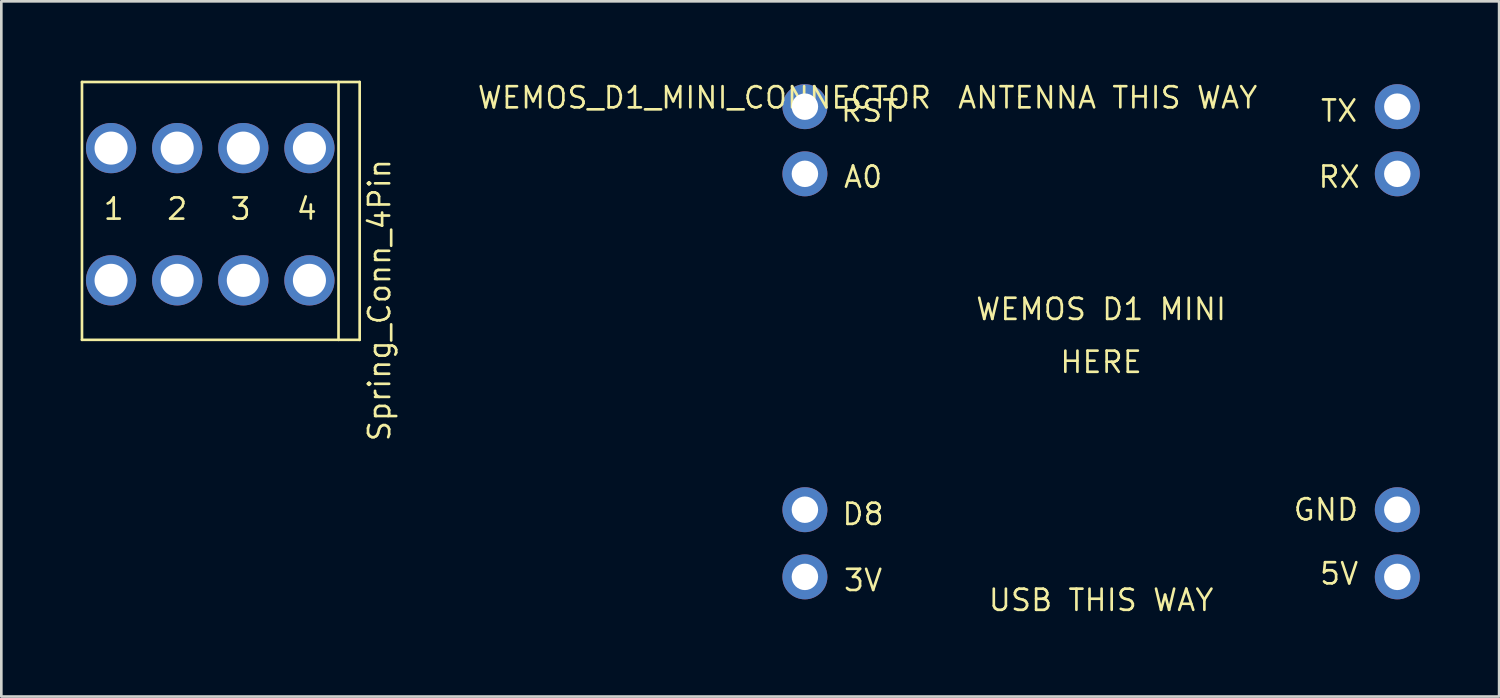
<source format=kicad_pcb>
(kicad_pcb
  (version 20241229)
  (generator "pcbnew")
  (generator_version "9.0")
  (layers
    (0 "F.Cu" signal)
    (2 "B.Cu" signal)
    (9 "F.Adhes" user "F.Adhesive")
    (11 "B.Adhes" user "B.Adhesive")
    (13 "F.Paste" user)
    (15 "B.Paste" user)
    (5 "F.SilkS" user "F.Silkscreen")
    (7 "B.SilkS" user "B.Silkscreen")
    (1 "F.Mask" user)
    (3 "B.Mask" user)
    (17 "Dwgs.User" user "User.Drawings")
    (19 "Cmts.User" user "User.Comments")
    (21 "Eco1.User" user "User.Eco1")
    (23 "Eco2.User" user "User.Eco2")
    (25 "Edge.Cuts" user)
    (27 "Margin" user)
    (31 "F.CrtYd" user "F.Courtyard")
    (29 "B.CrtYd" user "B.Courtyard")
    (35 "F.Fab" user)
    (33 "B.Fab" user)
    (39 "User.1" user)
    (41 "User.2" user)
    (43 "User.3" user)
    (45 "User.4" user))
  (footprint "Spring_Conn_4Pin"
    (layer "F.Cu")
    (at 3.55 5.05)
    (property "Reference" "Spring_Conn_4Pin" (at 7.75 3.25 90) (layer "F.SilkS") (effects (font (size 0.8 0.8) (thickness 0.1))))
    (attr through_hole)
    (fp_line (start -3.5 -5) (end 7 -5) (stroke (width 0.1) (type solid)) (layer "F.SilkS"))
    (fp_line (start -3.5 4.75) (end -3.5 -5) (stroke (width 0.1) (type solid)) (layer "F.SilkS"))
    (fp_line (start -3.5 4.75) (end 7 4.75) (stroke (width 0.1) (type solid)) (layer "F.SilkS"))
    (fp_line (start 6.2 4.75) (end 6.2 -5) (stroke (width 0.1) (type solid)) (layer "F.SilkS"))
    (fp_line (start 7 4.75) (end 7 -5) (stroke (width 0.1) (type solid)) (layer "F.SilkS"))
    (fp_text user "3" (at 2.5 -0.2 0) (layer "F.SilkS") (effects (font (size 0.8 0.8) (thickness 0.1))))
    (fp_text user "1" (at -2.3 -0.2 0) (layer "F.SilkS") (effects (font (size 0.8 0.8) (thickness 0.1))))
    (fp_text user "4" (at 5 -0.2 0) (layer "F.SilkS") (effects (font (size 0.8 0.8) (thickness 0.1))))
    (fp_text user "2" (at 0.1 -0.2 0) (layer "F.SilkS") (effects (font (size 0.8 0.8) (thickness 0.1))))
    (pad "1" thru_hole circle (at -2.4 -2.5) (size 1.9 1.9) (drill 1.25) (layers "*.Cu" "*.Mask"))
    (pad "1" thru_hole circle (at -2.4 2.5) (size 1.9 1.9) (drill 1.25) (layers "*.Cu" "*.Mask"))
    (pad "2" thru_hole circle (at 0.1 -2.5) (size 1.9 1.9) (drill 1.25) (layers "*.Cu" "*.Mask"))
    (pad "2" thru_hole circle (at 0.1 2.5) (size 1.9 1.9) (drill 1.25) (layers "*.Cu" "*.Mask"))
    (pad "3" thru_hole circle (at 2.6 -2.5) (size 1.9 1.9) (drill 1.25) (layers "*.Cu" "*.Mask"))
    (pad "3" thru_hole circle (at 2.6 2.5) (size 1.9 1.9) (drill 1.25) (layers "*.Cu" "*.Mask"))
    (pad "4" thru_hole circle (at 5.1 -2.5) (size 1.9 1.9) (drill 1.25) (layers "*.Cu" "*.Mask"))
    (pad "4" thru_hole circle (at 5.1 2.5) (size 1.9 1.9) (drill 1.25) (layers "*.Cu" "*.Mask")))
  (footprint "WEMOS_D1_MINI_CONNECTOR"
    (layer "F.Cu")
    (at 38.585 9.643)
    (property "Reference" "WEMOS_D1_MINI_CONNECTOR" (at -15 -9 0) (layer "F.SilkS") (effects (font (size 0.8 0.8) (thickness 0.1))))
    (attr through_hole)
    (fp_text user "GND" (at 8.5 6.58 0) (layer "F.SilkS") (effects (font (size 0.8 0.8) (thickness 0.1))))
    (fp_text user "RX" (at 9 -6 0) (layer "F.SilkS") (effects (font (size 0.8 0.8) (thickness 0.1))))
    (fp_text user "TX" (at 9 -8.5 0) (layer "F.SilkS") (effects (font (size 0.8 0.8) (thickness 0.1))))
    (fp_text user "A0" (at -9 -6 0) (layer "F.SilkS") (effects (font (size 0.8 0.8) (thickness 0.1))))
    (fp_text user "WEMOS D1 MINI" (at 0 -1 0) (layer "F.SilkS") (effects (font (size 0.8 0.8) (thickness 0.1))))
    (fp_text user "HERE" (at 0 1 0) (layer "F.SilkS") (effects (font (size 0.8 0.8) (thickness 0.1))))
    (fp_text user "RST" (at -8.75 -8.5 180) (layer "F.SilkS") (effects (font (size 0.8 0.8) (thickness 0.1))))
    (fp_text user "3V" (at -9 9.25 0) (layer "F.SilkS") (effects (font (size 0.8 0.8) (thickness 0.1))))
    (fp_text user "USB THIS WAY" (at 0 10 0) (layer "F.SilkS") (effects (font (size 0.8 0.8) (thickness 0.1))))
    (fp_text user "5V" (at 9 9 0) (layer "F.SilkS") (effects (font (size 0.8 0.8) (thickness 0.1))))
    (fp_text user "D8" (at -9 6.75 0) (layer "F.SilkS") (effects (font (size 0.8 0.8) (thickness 0.1))))
    (fp_text user "ANTENNA THIS WAY" (at 0.25 -9 0) (layer "F.SilkS") (effects (font (size 0.8 0.8) (thickness 0.1))))
    (pad "1" thru_hole circle (at -11.2 -8.66) (size 1.7 1.7) (drill 1) (layers "*.Cu" "*.Mask"))
    (pad "2" thru_hole circle (at -11.2 -6.12) (size 1.7 1.7) (drill 1) (layers "*.Cu" "*.Mask"))
    (pad "7" thru_hole circle (at -11.2 6.58) (size 1.7 1.7) (drill 1) (layers "*.Cu" "*.Mask"))
    (pad "8" thru_hole circle (at -11.2 9.12) (size 1.7 1.7) (drill 1) (layers "*.Cu" "*.Mask"))
    (pad "9" thru_hole circle (at 11.2 -8.66) (size 1.7 1.7) (drill 1) (layers "*.Cu" "*.Mask"))
    (pad "10" thru_hole circle (at 11.2 -6.12) (size 1.7 1.7) (drill 1) (layers "*.Cu" "*.Mask"))
    (pad "15" thru_hole circle (at 11.2 6.58) (size 1.7 1.7) (drill 1) (layers "*.Cu" "*.Mask"))
    (pad "16" thru_hole circle (at 11.2 9.12) (size 1.7 1.7) (drill 1) (layers "*.Cu" "*.Mask")))
  (gr_rect
    (start -3 -3)
    (end 53.635 23.287)
    (stroke (width 0.1) (type default))
    (fill no)
    (layer "Edge.Cuts")))
</source>
